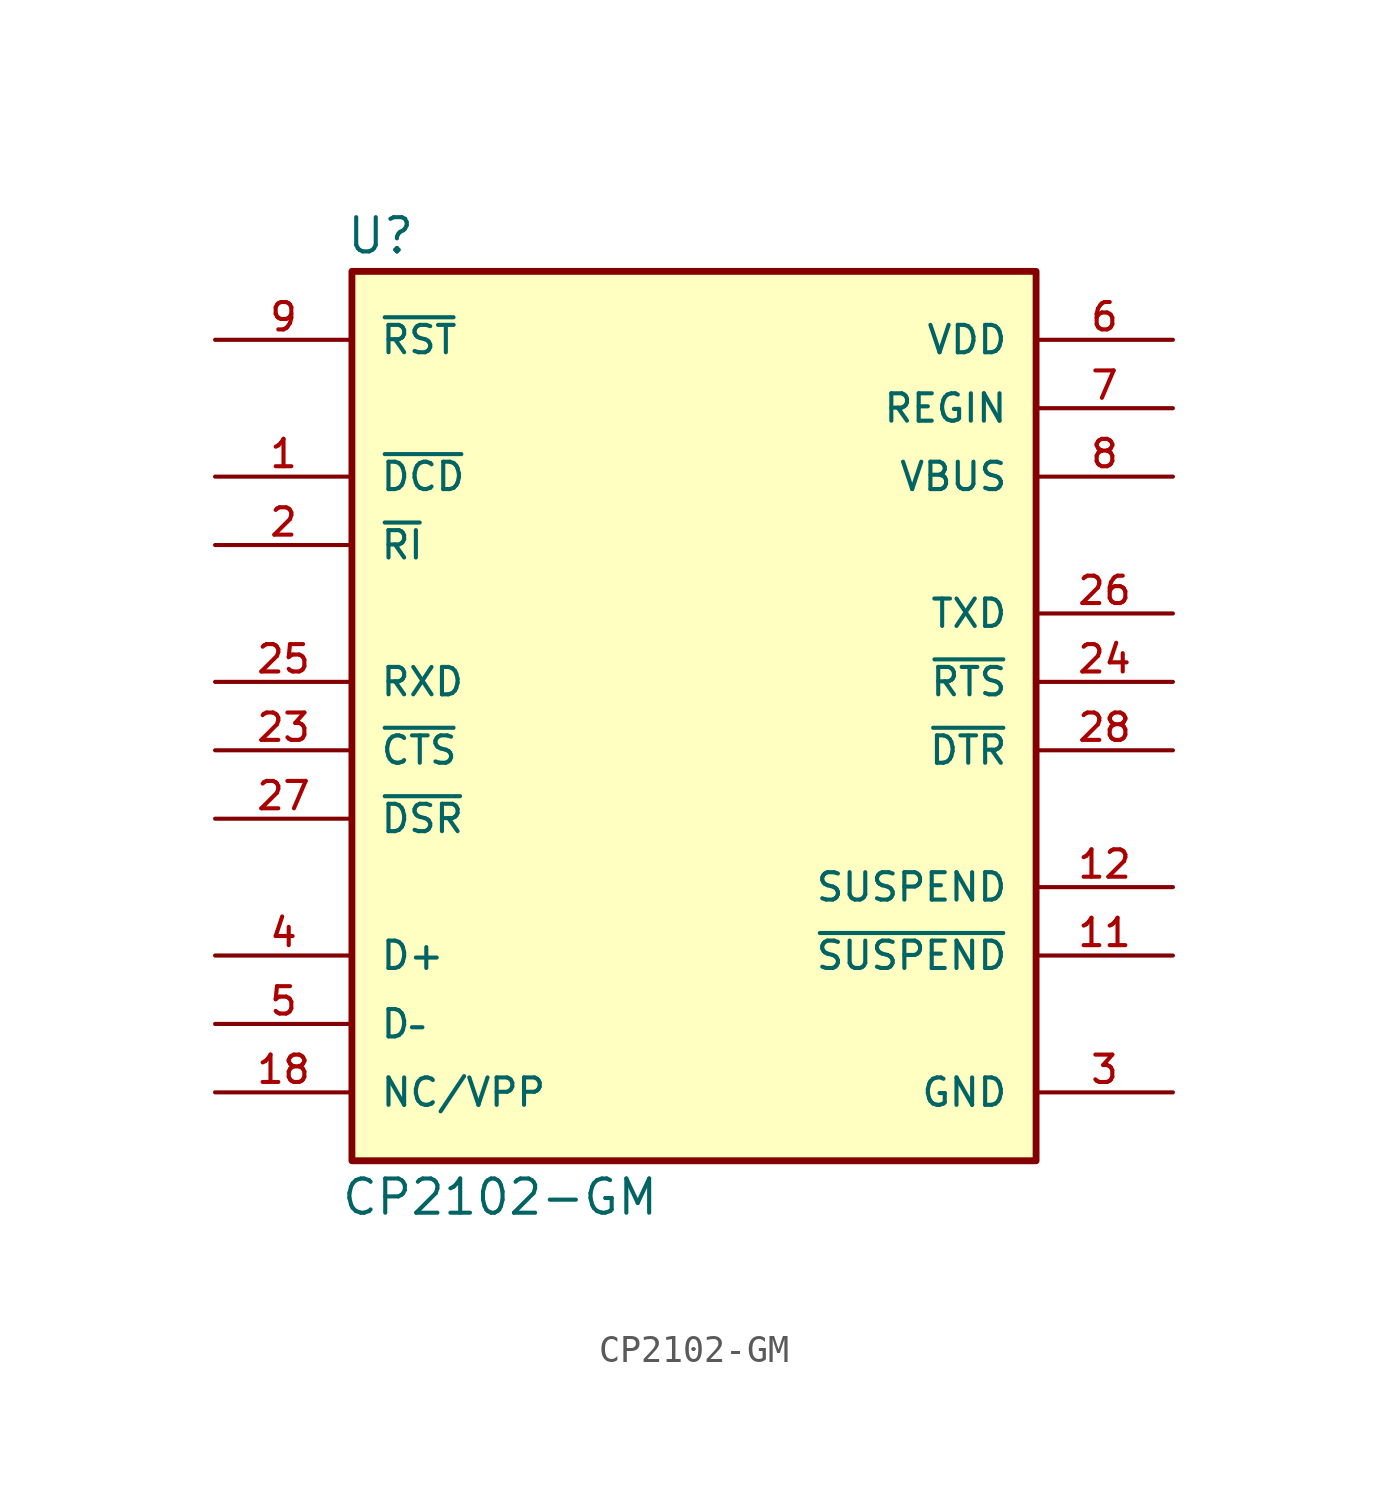
<source format=kicad_sym>
(kicad_symbol_lib
  (version 20211014)
  (generator kicad_symbol_editor)
  (symbol "CP2102-GM"
    (pin_names
      (offset 1.016))
    (property "Reference" "U"
      (at -12.944 18.359 0)
      (effects (font (size 1.27 1.27)) (justify bottom left)))
    (property "Value" "CP2102-GM"
      (at -13.135 -17.331 0)
      (effects (font (size 1.27 1.27)) (justify bottom left)))
    (symbol "CP2102-GM_0_0"
      (rectangle (start -12.7 -15.24) (end 12.7 17.78) (stroke (width 0.254)) (fill (type background)))
      (pin output line (at 17.78 0.0 180.0) (length 5.08) (name "~{DTR}" (effects (font (size 1.016 1.016)))) (number "28" (effects (font (size 1.016 1.016)))))
      (pin output line (at 17.78 -5.08 180.0) (length 5.08) (name "SUSPEND" (effects (font (size 1.016 1.016)))) (number "12" (effects (font (size 1.016 1.016)))))
      (pin input line (at -17.78 7.62 0) (length 5.08) (name "~{RI}" (effects (font (size 1.016 1.016)))) (number "2" (effects (font (size 1.016 1.016)))))
      (pin output line (at 17.78 -7.62 180.0) (length 5.08) (name "~{SUSPEND}" (effects (font (size 1.016 1.016)))) (number "11" (effects (font (size 1.016 1.016)))))
      (pin power_in line (at 17.78 10.16 180.0) (length 5.08) (name "VBUS" (effects (font (size 1.016 1.016)))) (number "8" (effects (font (size 1.016 1.016)))))
      (pin power_in line (at 17.78 15.24 180.0) (length 5.08) (name "VDD" (effects (font (size 1.016 1.016)))) (number "6" (effects (font (size 1.016 1.016)))))
      (pin power_in line (at 17.78 -12.7 180.0) (length 5.08) (name "GND" (effects (font (size 1.016 1.016)))) (number "3" (effects (font (size 1.016 1.016)))))
      (pin power_in line (at 17.78 -12.7 180.0) (length 5.08) hide (name "GND" (effects (font (size 1.016 1.016)))) (number "29" (effects (font (size 1.016 1.016)))))
      (pin input line (at -17.78 0.0 0) (length 5.08) (name "~{CTS}" (effects (font (size 1.016 1.016)))) (number "23" (effects (font (size 1.016 1.016)))))
      (pin input line (at -17.78 2.54 0) (length 5.08) (name "RXD" (effects (font (size 1.016 1.016)))) (number "25" (effects (font (size 1.016 1.016)))))
      (pin input line (at -17.78 10.16 0) (length 5.08) (name "~{DCD}" (effects (font (size 1.016 1.016)))) (number "1" (effects (font (size 1.016 1.016)))))
      (pin output line (at 17.78 5.08 180.0) (length 5.08) (name "TXD" (effects (font (size 1.016 1.016)))) (number "26" (effects (font (size 1.016 1.016)))))
      (pin output line (at 17.78 2.54 180.0) (length 5.08) (name "~{RTS}" (effects (font (size 1.016 1.016)))) (number "24" (effects (font (size 1.016 1.016)))))
      (pin power_in line (at 17.78 12.7 180.0) (length 5.08) (name "REGIN" (effects (font (size 1.016 1.016)))) (number "7" (effects (font (size 1.016 1.016)))))
      (pin bidirectional line (at -17.78 -7.62 0) (length 5.08) (name "D+" (effects (font (size 1.016 1.016)))) (number "4" (effects (font (size 1.016 1.016)))))
      (pin bidirectional line (at -17.78 15.24 0) (length 5.08) (name "~{RST}" (effects (font (size 1.016 1.016)))) (number "9" (effects (font (size 1.016 1.016)))))
      (pin bidirectional line (at -17.78 -10.16 0) (length 5.08) (name "D–" (effects (font (size 1.016 1.016)))) (number "5" (effects (font (size 1.016 1.016)))))
      (pin input line (at -17.78 -2.54 0) (length 5.08) (name "~{DSR}" (effects (font (size 1.016 1.016)))) (number "27" (effects (font (size 1.016 1.016)))))
      (pin bidirectional line (at -17.78 -12.7 0) (length 5.08) (name "NC/VPP" (effects (font (size 1.016 1.016)))) (number "18" (effects (font (size 1.016 1.016))))))))
</source>
